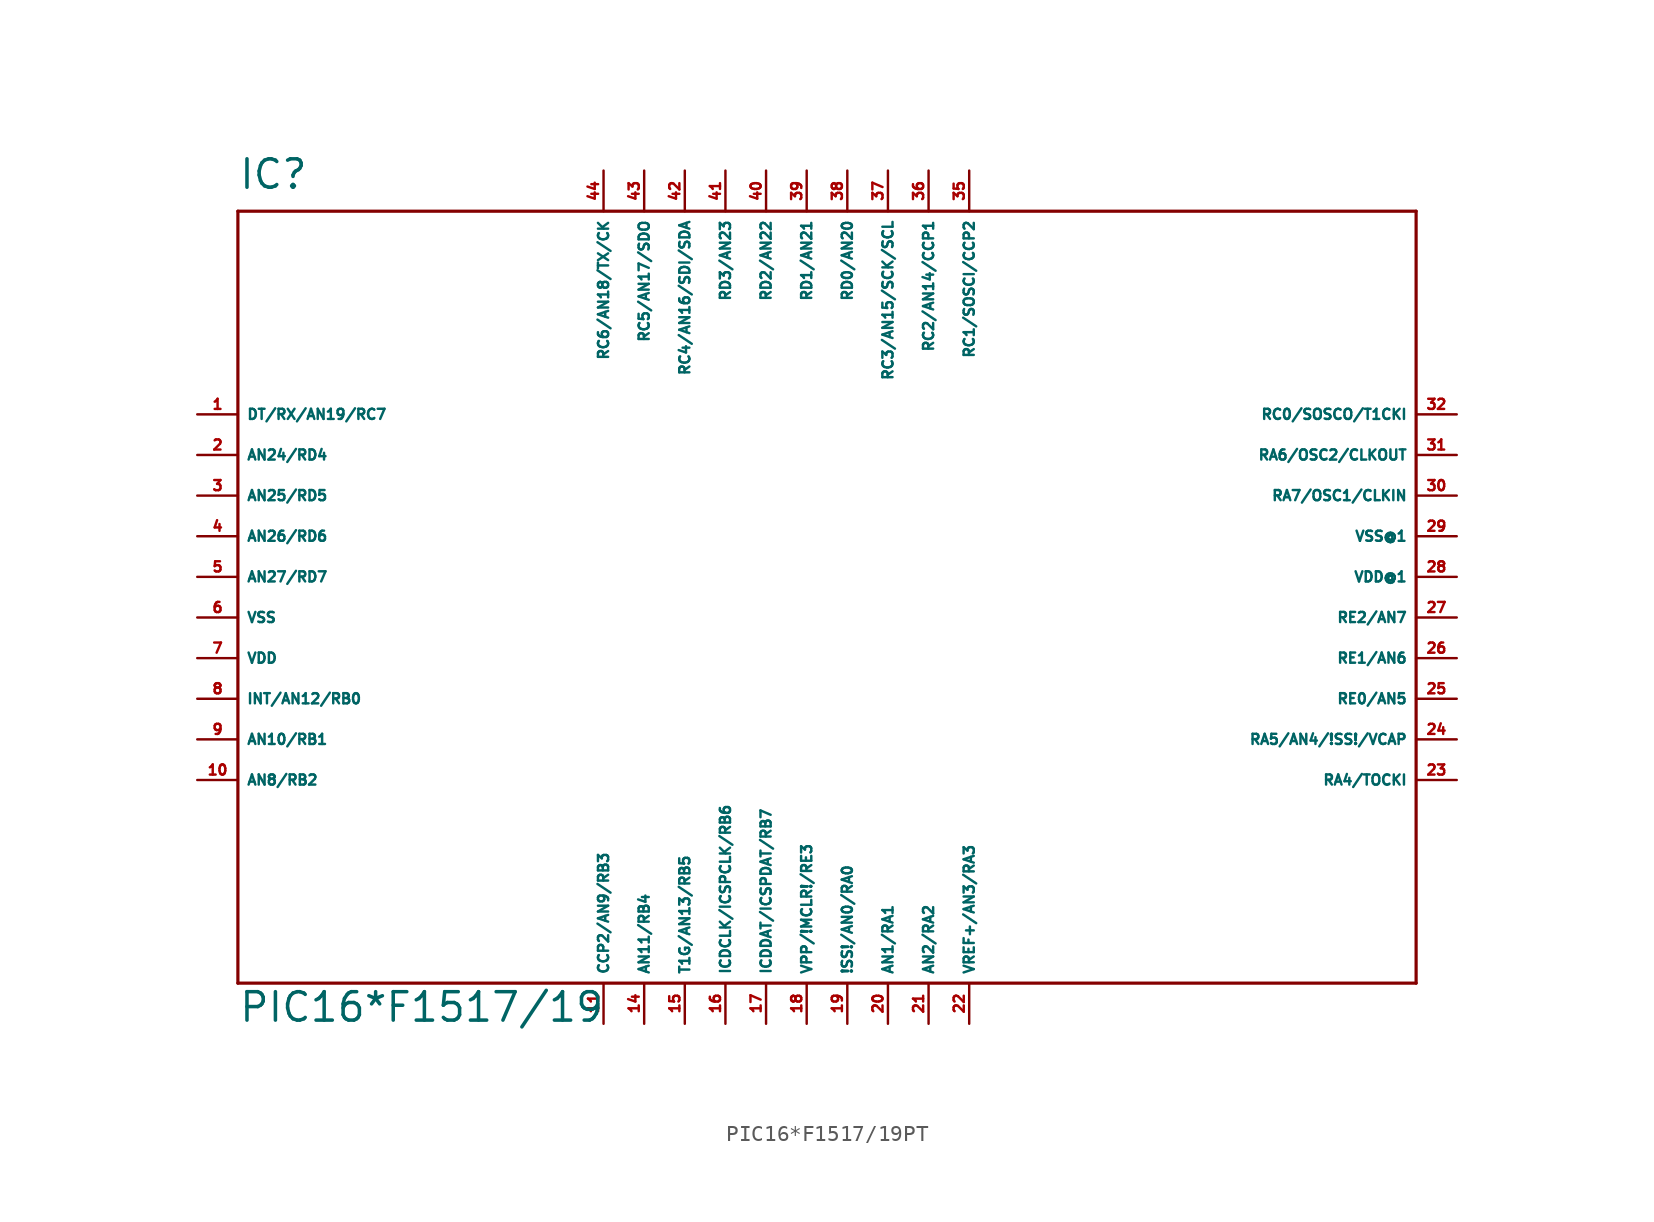
<source format=kicad_sym>
(kicad_symbol_lib
  (version 20220914)
  (generator Eagle2Kicad)
  (symbol "PIC16*F1517/19PT"
    (property "Reference" "IC"
      (at -33.02 24.13 0)
      (effects (font (size 1.778 1.778) (thickness 0.22)) (justify left bottom)))
    (property "Value" "PIC16*F1517/19"
      (at -33.02 -27.94 0)
      (effects (font (size 1.778 1.778) (thickness 0.22)) (justify left bottom)))
    (polyline
      (pts (xy -33.02 22.86) (xy -33.02 -25.4))
      (stroke (width 0.2) (type default))
      (fill (type none)))
    (polyline
      (pts (xy -33.02 -25.4) (xy 40.64 -25.4))
      (stroke (width 0.2) (type default))
      (fill (type none)))
    (polyline
      (pts (xy 40.64 -25.4) (xy 40.64 22.86))
      (stroke (width 0.2) (type default))
      (fill (type none)))
    (polyline
      (pts (xy 40.64 22.86) (xy -33.02 22.86))
      (stroke (width 0.2) (type default))
      (fill (type none)))
    (pin bidirectional line
      (at -35.56 10.16 0)
      (length 2.54)
      (name "DT/RX/AN19/RC7" (effects (font (size 0.635 0.635) (thickness 0.08)) (justify left bottom)))
      (number "1" (effects (font (size 0.635 0.635) (thickness 0.08)) (justify left bottom))))
    (pin bidirectional line
      (at -35.56 7.62 0)
      (length 2.54)
      (name "AN24/RD4" (effects (font (size 0.635 0.635) (thickness 0.08)) (justify left bottom)))
      (number "2" (effects (font (size 0.635 0.635) (thickness 0.08)) (justify left bottom))))
    (pin bidirectional line
      (at -35.56 5.08 0)
      (length 2.54)
      (name "AN25/RD5" (effects (font (size 0.635 0.635) (thickness 0.08)) (justify left bottom)))
      (number "3" (effects (font (size 0.635 0.635) (thickness 0.08)) (justify left bottom))))
    (pin bidirectional line
      (at -35.56 2.54 0)
      (length 2.54)
      (name "AN26/RD6" (effects (font (size 0.635 0.635) (thickness 0.08)) (justify left bottom)))
      (number "4" (effects (font (size 0.635 0.635) (thickness 0.08)) (justify left bottom))))
    (pin bidirectional line
      (at -35.56 0 0)
      (length 2.54)
      (name "AN27/RD7" (effects (font (size 0.635 0.635) (thickness 0.08)) (justify left bottom)))
      (number "5" (effects (font (size 0.635 0.635) (thickness 0.08)) (justify left bottom))))
    (pin bidirectional line
      (at -35.56 -7.62 0)
      (length 2.54)
      (name "INT/AN12/RB0" (effects (font (size 0.635 0.635) (thickness 0.08)) (justify left bottom)))
      (number "8" (effects (font (size 0.635 0.635) (thickness 0.08)) (justify left bottom))))
    (pin bidirectional line
      (at -35.56 -10.16 0)
      (length 2.54)
      (name "AN10/RB1" (effects (font (size 0.635 0.635) (thickness 0.08)) (justify left bottom)))
      (number "9" (effects (font (size 0.635 0.635) (thickness 0.08)) (justify left bottom))))
    (pin bidirectional line
      (at -35.56 -12.7 0)
      (length 2.54)
      (name "AN8/RB2" (effects (font (size 0.635 0.635) (thickness 0.08)) (justify left bottom)))
      (number "10" (effects (font (size 0.635 0.635) (thickness 0.08)) (justify left bottom))))
    (pin bidirectional line
      (at -10.16 -27.94 90)
      (length 2.54)
      (name "CCP2/AN9/RB3" (effects (font (size 0.635 0.635) (thickness 0.08)) (justify left bottom)))
      (number "11" (effects (font (size 0.635 0.635) (thickness 0.08)) (justify left bottom))))
    (pin bidirectional line
      (at -7.62 -27.94 90)
      (length 2.54)
      (name "AN11/RB4" (effects (font (size 0.635 0.635) (thickness 0.08)) (justify left bottom)))
      (number "14" (effects (font (size 0.635 0.635) (thickness 0.08)) (justify left bottom))))
    (pin bidirectional line
      (at -5.08 -27.94 90)
      (length 2.54)
      (name "T1G/AN13/RB5" (effects (font (size 0.635 0.635) (thickness 0.08)) (justify left bottom)))
      (number "15" (effects (font (size 0.635 0.635) (thickness 0.08)) (justify left bottom))))
    (pin bidirectional line
      (at -2.54 -27.94 90)
      (length 2.54)
      (name "ICDCLK/ICSPCLK/RB6" (effects (font (size 0.635 0.635) (thickness 0.08)) (justify left bottom)))
      (number "16" (effects (font (size 0.635 0.635) (thickness 0.08)) (justify left bottom))))
    (pin bidirectional line
      (at 0 -27.94 90)
      (length 2.54)
      (name "ICDDAT/ICSPDAT/RB7" (effects (font (size 0.635 0.635) (thickness 0.08)) (justify left bottom)))
      (number "17" (effects (font (size 0.635 0.635) (thickness 0.08)) (justify left bottom))))
    (pin input line
      (at 2.54 -27.94 90)
      (length 2.54)
      (name "VPP/!MCLR!/RE3" (effects (font (size 0.635 0.635) (thickness 0.08)) (justify left bottom)))
      (number "18" (effects (font (size 0.635 0.635) (thickness 0.08)) (justify left bottom))))
    (pin bidirectional line
      (at 5.08 -27.94 90)
      (length 2.54)
      (name "!SS!/AN0/RA0" (effects (font (size 0.635 0.635) (thickness 0.08)) (justify left bottom)))
      (number "19" (effects (font (size 0.635 0.635) (thickness 0.08)) (justify left bottom))))
    (pin bidirectional line
      (at 7.62 -27.94 90)
      (length 2.54)
      (name "AN1/RA1" (effects (font (size 0.635 0.635) (thickness 0.08)) (justify left bottom)))
      (number "20" (effects (font (size 0.635 0.635) (thickness 0.08)) (justify left bottom))))
    (pin bidirectional line
      (at 10.16 -27.94 90)
      (length 2.54)
      (name "AN2/RA2" (effects (font (size 0.635 0.635) (thickness 0.08)) (justify left bottom)))
      (number "21" (effects (font (size 0.635 0.635) (thickness 0.08)) (justify left bottom))))
    (pin bidirectional line
      (at 12.7 -27.94 90)
      (length 2.54)
      (name "VREF+/AN3/RA3" (effects (font (size 0.635 0.635) (thickness 0.08)) (justify left bottom)))
      (number "22" (effects (font (size 0.635 0.635) (thickness 0.08)) (justify left bottom))))
    (pin bidirectional line
      (at 43.18 -12.7 180)
      (length 2.54)
      (name "RA4/TOCKI" (effects (font (size 0.635 0.635) (thickness 0.08)) (justify left bottom)))
      (number "23" (effects (font (size 0.635 0.635) (thickness 0.08)) (justify left bottom))))
    (pin bidirectional line
      (at 43.18 -10.16 180)
      (length 2.54)
      (name "RA5/AN4/!SS!/VCAP" (effects (font (size 0.635 0.635) (thickness 0.08)) (justify left bottom)))
      (number "24" (effects (font (size 0.635 0.635) (thickness 0.08)) (justify left bottom))))
    (pin bidirectional line
      (at 43.18 -7.62 180)
      (length 2.54)
      (name "RE0/AN5" (effects (font (size 0.635 0.635) (thickness 0.08)) (justify left bottom)))
      (number "25" (effects (font (size 0.635 0.635) (thickness 0.08)) (justify left bottom))))
    (pin bidirectional line
      (at 43.18 -5.08 180)
      (length 2.54)
      (name "RE1/AN6" (effects (font (size 0.635 0.635) (thickness 0.08)) (justify left bottom)))
      (number "26" (effects (font (size 0.635 0.635) (thickness 0.08)) (justify left bottom))))
    (pin bidirectional line
      (at 43.18 5.08 180)
      (length 2.54)
      (name "RA7/OSC1/CLKIN" (effects (font (size 0.635 0.635) (thickness 0.08)) (justify left bottom)))
      (number "30" (effects (font (size 0.635 0.635) (thickness 0.08)) (justify left bottom))))
    (pin bidirectional line
      (at 43.18 7.62 180)
      (length 2.54)
      (name "RA6/OSC2/CLKOUT" (effects (font (size 0.635 0.635) (thickness 0.08)) (justify left bottom)))
      (number "31" (effects (font (size 0.635 0.635) (thickness 0.08)) (justify left bottom))))
    (pin bidirectional line
      (at 43.18 10.16 180)
      (length 2.54)
      (name "RC0/SOSCO/T1CKI" (effects (font (size 0.635 0.635) (thickness 0.08)) (justify left bottom)))
      (number "32" (effects (font (size 0.635 0.635) (thickness 0.08)) (justify left bottom))))
    (pin bidirectional line
      (at 12.7 25.4 270)
      (length 2.54)
      (name "RC1/SOSCI/CCP2" (effects (font (size 0.635 0.635) (thickness 0.08)) (justify left bottom)))
      (number "35" (effects (font (size 0.635 0.635) (thickness 0.08)) (justify left bottom))))
    (pin bidirectional line
      (at 10.16 25.4 270)
      (length 2.54)
      (name "RC2/AN14/CCP1" (effects (font (size 0.635 0.635) (thickness 0.08)) (justify left bottom)))
      (number "36" (effects (font (size 0.635 0.635) (thickness 0.08)) (justify left bottom))))
    (pin bidirectional line
      (at 7.62 25.4 270)
      (length 2.54)
      (name "RC3/AN15/SCK/SCL" (effects (font (size 0.635 0.635) (thickness 0.08)) (justify left bottom)))
      (number "37" (effects (font (size 0.635 0.635) (thickness 0.08)) (justify left bottom))))
    (pin bidirectional line
      (at 5.08 25.4 270)
      (length 2.54)
      (name "RD0/AN20" (effects (font (size 0.635 0.635) (thickness 0.08)) (justify left bottom)))
      (number "38" (effects (font (size 0.635 0.635) (thickness 0.08)) (justify left bottom))))
    (pin bidirectional line
      (at 2.54 25.4 270)
      (length 2.54)
      (name "RD1/AN21" (effects (font (size 0.635 0.635) (thickness 0.08)) (justify left bottom)))
      (number "39" (effects (font (size 0.635 0.635) (thickness 0.08)) (justify left bottom))))
    (pin bidirectional line
      (at 0 25.4 270)
      (length 2.54)
      (name "RD2/AN22" (effects (font (size 0.635 0.635) (thickness 0.08)) (justify left bottom)))
      (number "40" (effects (font (size 0.635 0.635) (thickness 0.08)) (justify left bottom))))
    (pin bidirectional line
      (at -2.54 25.4 270)
      (length 2.54)
      (name "RD3/AN23" (effects (font (size 0.635 0.635) (thickness 0.08)) (justify left bottom)))
      (number "41" (effects (font (size 0.635 0.635) (thickness 0.08)) (justify left bottom))))
    (pin bidirectional line
      (at -5.08 25.4 270)
      (length 2.54)
      (name "RC4/AN16/SDI/SDA" (effects (font (size 0.635 0.635) (thickness 0.08)) (justify left bottom)))
      (number "42" (effects (font (size 0.635 0.635) (thickness 0.08)) (justify left bottom))))
    (pin bidirectional line
      (at -7.62 25.4 270)
      (length 2.54)
      (name "RC5/AN17/SDO" (effects (font (size 0.635 0.635) (thickness 0.08)) (justify left bottom)))
      (number "43" (effects (font (size 0.635 0.635) (thickness 0.08)) (justify left bottom))))
    (pin bidirectional line
      (at -10.16 25.4 270)
      (length 2.54)
      (name "RC6/AN18/TX/CK" (effects (font (size 0.635 0.635) (thickness 0.08)) (justify left bottom)))
      (number "44" (effects (font (size 0.635 0.635) (thickness 0.08)) (justify left bottom))))
    (pin unspecified line
      (at -35.56 -2.54 0)
      (length 2.54)
      (name "VSS" (effects (font (size 0.635 0.635) (thickness 0.08)) (justify left bottom)))
      (number "6" (effects (font (size 0.635 0.635) (thickness 0.08)) (justify left bottom))))
    (pin unspecified line
      (at 43.18 2.54 180)
      (length 2.54)
      (name "VSS@1" (effects (font (size 0.635 0.635) (thickness 0.08)) (justify left bottom)))
      (number "29" (effects (font (size 0.635 0.635) (thickness 0.08)) (justify left bottom))))
    (pin unspecified line
      (at -35.56 -5.08 0)
      (length 2.54)
      (name "VDD" (effects (font (size 0.635 0.635) (thickness 0.08)) (justify left bottom)))
      (number "7" (effects (font (size 0.635 0.635) (thickness 0.08)) (justify left bottom))))
    (pin unspecified line
      (at 43.18 0 180)
      (length 2.54)
      (name "VDD@1" (effects (font (size 0.635 0.635) (thickness 0.08)) (justify left bottom)))
      (number "28" (effects (font (size 0.635 0.635) (thickness 0.08)) (justify left bottom))))
    (pin bidirectional line
      (at 43.18 -2.54 180)
      (length 2.54)
      (name "RE2/AN7" (effects (font (size 0.635 0.635) (thickness 0.08)) (justify left bottom)))
      (number "27" (effects (font (size 0.635 0.635) (thickness 0.08)) (justify left bottom))))))
</source>
